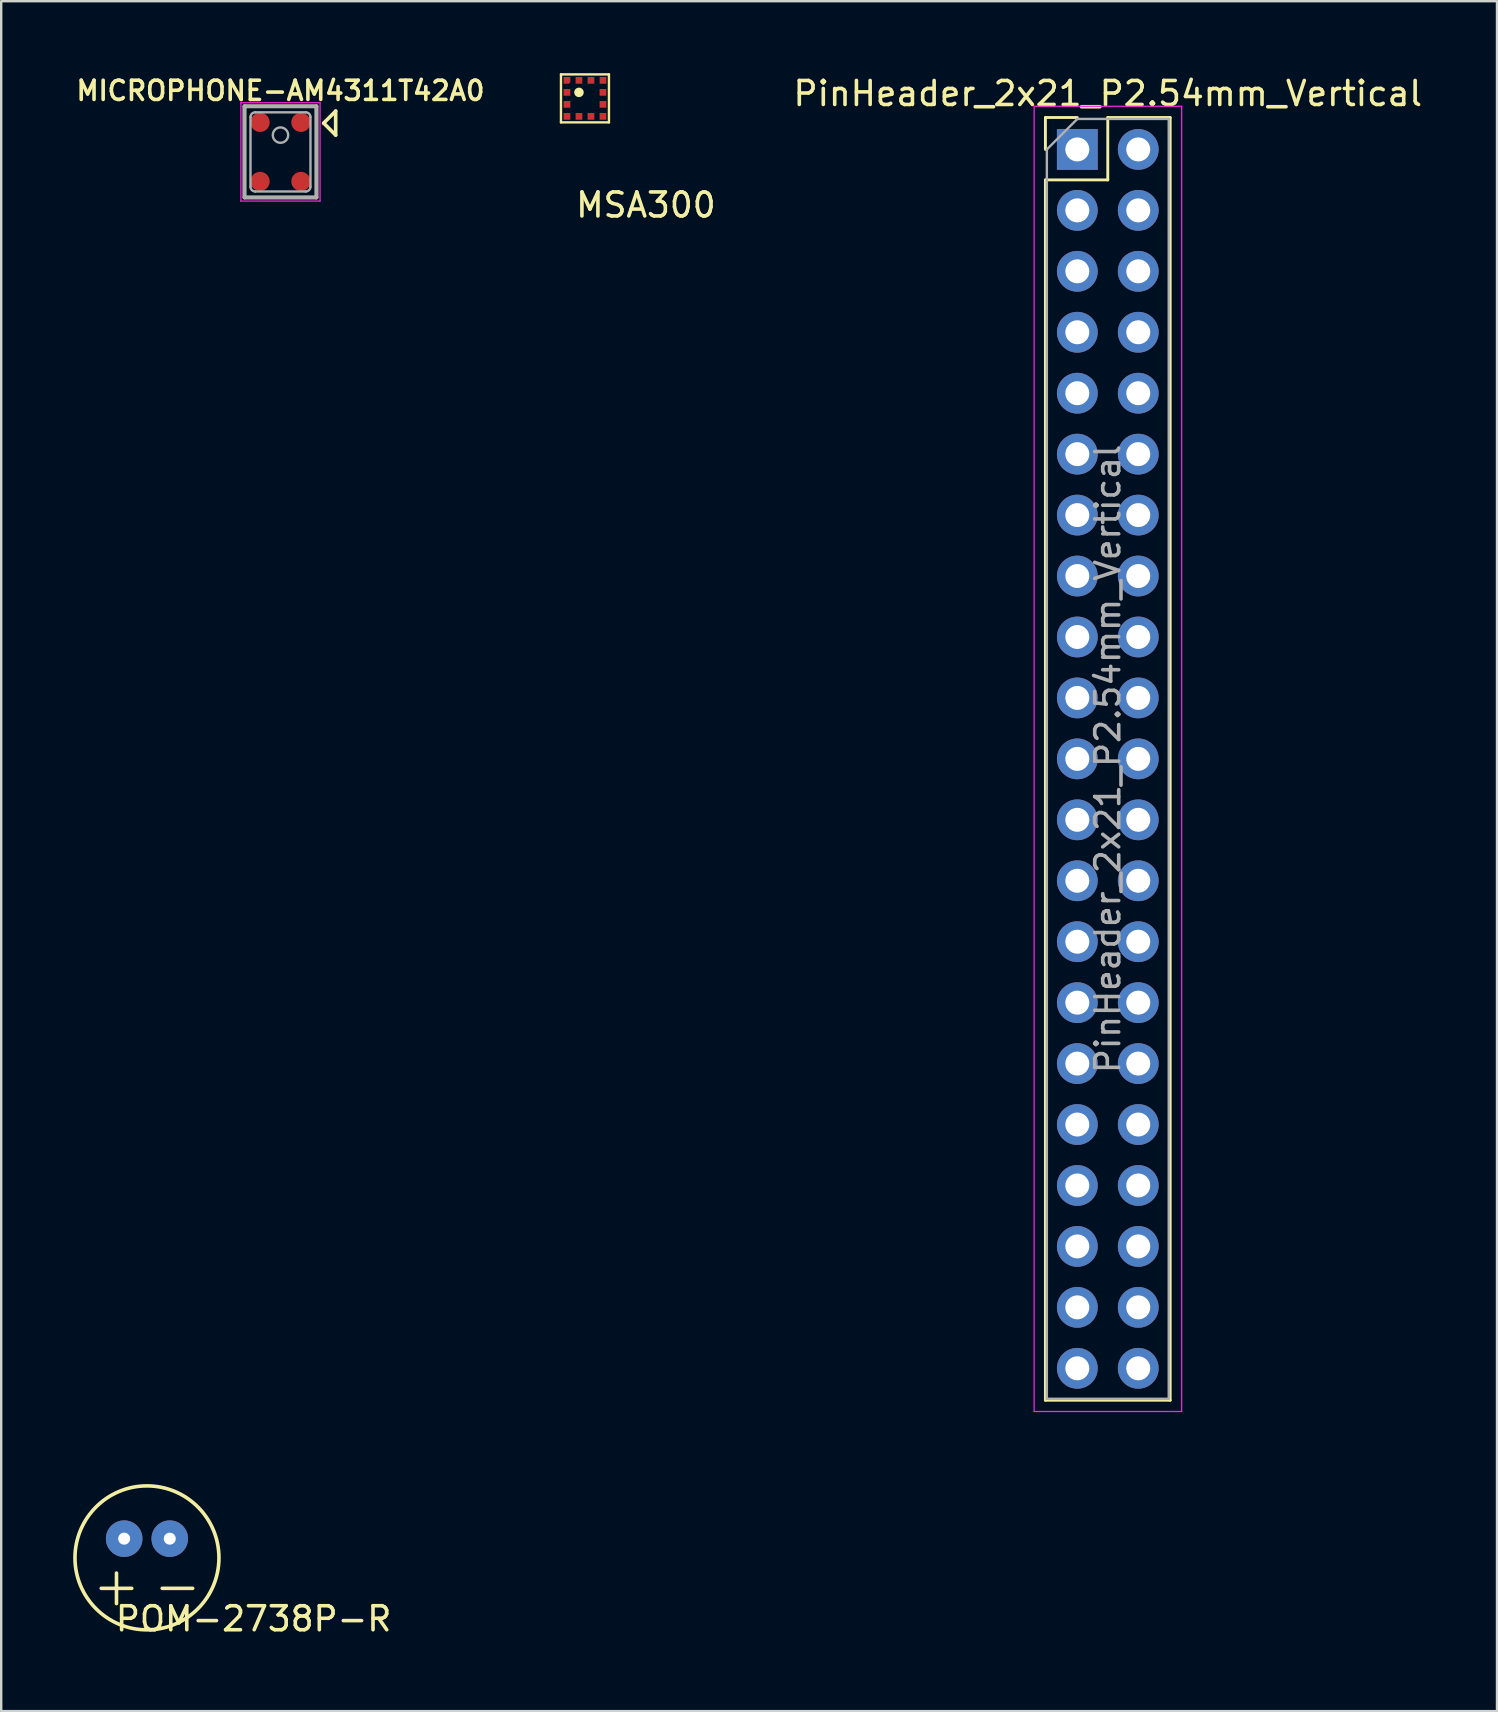
<source format=kicad_pcb>
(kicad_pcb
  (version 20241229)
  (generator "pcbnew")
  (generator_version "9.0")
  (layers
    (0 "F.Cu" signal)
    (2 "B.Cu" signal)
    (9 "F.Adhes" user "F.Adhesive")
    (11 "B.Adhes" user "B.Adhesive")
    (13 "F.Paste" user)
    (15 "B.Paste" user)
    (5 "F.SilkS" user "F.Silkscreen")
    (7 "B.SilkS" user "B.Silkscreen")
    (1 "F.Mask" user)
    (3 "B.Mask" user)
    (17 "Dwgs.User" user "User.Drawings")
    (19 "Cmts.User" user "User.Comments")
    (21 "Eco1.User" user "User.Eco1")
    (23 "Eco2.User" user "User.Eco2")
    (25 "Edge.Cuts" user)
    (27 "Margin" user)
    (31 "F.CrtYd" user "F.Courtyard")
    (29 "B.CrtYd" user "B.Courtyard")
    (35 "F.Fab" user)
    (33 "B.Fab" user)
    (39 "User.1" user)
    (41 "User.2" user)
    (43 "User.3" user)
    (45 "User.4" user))
  (footprint "MICROPHONE-AM4311T42A0"
    (layer "F.Cu")
    (at 8.64 3.281)
    (property "Reference" "MICROPHONE-AM4311T42A0" (at 0 -2.55 0) (layer "F.SilkS") (effects (font (size 0.8 0.8) (thickness 0.15))))
    (attr through_hole)
    (fp_line (start -1.5 -1.9) (end 1.5 -1.9) (stroke (width 0.15) (type solid)) (layer "F.SilkS"))
    (fp_line (start -1.5 1.9) (end -1.5 -1.9) (stroke (width 0.15) (type solid)) (layer "F.SilkS"))
    (fp_line (start 1.5 -1.9) (end 1.5 1.9) (stroke (width 0.15) (type solid)) (layer "F.SilkS"))
    (fp_line (start 1.5 1.9) (end -1.5 1.9) (stroke (width 0.15) (type solid)) (layer "F.SilkS"))
    (fp_line (start 1.8 -1.2) (end 2.3 -1.7) (stroke (width 0.15) (type solid)) (layer "F.SilkS"))
    (fp_line (start 2.3 -1.7) (end 2.3 -0.7) (stroke (width 0.15) (type solid)) (layer "F.SilkS"))
    (fp_line (start 2.3 -0.7) (end 1.8 -1.2) (stroke (width 0.15) (type solid)) (layer "F.SilkS"))
    (fp_line (start -1.65 -2.05) (end 1.65 -2.05) (stroke (width 0.05) (type solid)) (layer "F.CrtYd"))
    (fp_line (start -1.65 2.05) (end -1.65 -2.05) (stroke (width 0.05) (type solid)) (layer "F.CrtYd"))
    (fp_line (start 1.65 -2.05) (end 1.65 2.05) (stroke (width 0.05) (type solid)) (layer "F.CrtYd"))
    (fp_line (start 1.65 2.05) (end -1.65 2.05) (stroke (width 0.05) (type solid)) (layer "F.CrtYd"))
    (fp_line (start -1.5 -1.9) (end -1.5 1.9) (stroke (width 0.15) (type solid)) (layer "F.Fab"))
    (fp_line (start -1.5 1.9) (end 1.5 1.9) (stroke (width 0.15) (type solid)) (layer "F.Fab"))
    (fp_line (start -1.25 -1.45) (end -1.25 1.45) (stroke (width 0.1) (type solid)) (layer "F.Fab"))
    (fp_line (start -1.05 1.65) (end 1.05 1.65) (stroke (width 0.1) (type solid)) (layer "F.Fab"))
    (fp_line (start 1.05 -1.65) (end -1.05 -1.65) (stroke (width 0.1) (type solid)) (layer "F.Fab"))
    (fp_line (start 1.25 1.45) (end 1.25 -1.45) (stroke (width 0.1) (type solid)) (layer "F.Fab"))
    (fp_line (start 1.5 -1.9) (end -1.5 -1.9) (stroke (width 0.15) (type solid)) (layer "F.Fab"))
    (fp_line (start 1.5 1.9) (end 1.5 -1.9) (stroke (width 0.15) (type solid)) (layer "F.Fab"))
    (fp_arc (start -1.25 -1.45) (mid -1.191421 -1.591421) (end -1.05 -1.65) (stroke (width 0.1) (type solid)) (layer "F.Fab"))
    (fp_arc (start -1.05 1.65) (mid -1.191421 1.591421) (end -1.25 1.45) (stroke (width 0.1) (type solid)) (layer "F.Fab"))
    (fp_arc (start 1.05 -1.65) (mid 1.191421 -1.591421) (end 1.25 -1.45) (stroke (width 0.1) (type solid)) (layer "F.Fab"))
    (fp_arc (start 1.25 1.45) (mid 1.191421 1.591421) (end 1.05 1.65) (stroke (width 0.1) (type solid)) (layer "F.Fab"))
    (fp_circle (center 0 -0.7) (end 0.25 -0.5) (stroke (width 0.1) (type solid)) (fill no) (layer "F.Fab"))
    (pad "1" smd circle (at 0.85 -1.23) (size 0.8 0.8) (layers "F.Cu" "F.Mask" "F.Paste"))
    (pad "2" smd circle (at 0.85 1.23) (size 0.8 0.8) (layers "F.Cu" "F.Mask" "F.Paste"))
    (pad "3" smd circle (at -0.85 1.23) (size 0.8 0.8) (layers "F.Cu" "F.Mask" "F.Paste"))
    (pad "4" smd circle (at -0.85 -1.23) (size 0.8 0.8) (layers "F.Cu" "F.Mask" "F.Paste")))
  (footprint "PinHeader_2x21_P2.54mm_Vertical"
    (layer "F.Cu")
    (at 41.85 3.178)
    (property "Reference" "PinHeader_2x21_P2.54mm_Vertical" (at 1.27 -2.33 0) (layer "F.SilkS") (effects (font (size 1 1) (thickness 0.15))))
    (attr through_hole)
    (fp_line (start -1.33 -1.33) (end 0 -1.33) (stroke (width 0.12) (type solid)) (layer "F.SilkS"))
    (fp_line (start -1.33 0) (end -1.33 -1.33) (stroke (width 0.12) (type solid)) (layer "F.SilkS"))
    (fp_line (start -1.33 1.27) (end -1.33 52.13) (stroke (width 0.12) (type solid)) (layer "F.SilkS"))
    (fp_line (start -1.33 1.27) (end 1.27 1.27) (stroke (width 0.12) (type solid)) (layer "F.SilkS"))
    (fp_line (start -1.33 52.13) (end 3.87 52.13) (stroke (width 0.12) (type solid)) (layer "F.SilkS"))
    (fp_line (start 1.27 -1.33) (end 3.87 -1.33) (stroke (width 0.12) (type solid)) (layer "F.SilkS"))
    (fp_line (start 1.27 1.27) (end 1.27 -1.33) (stroke (width 0.12) (type solid)) (layer "F.SilkS"))
    (fp_line (start 3.87 -1.33) (end 3.87 52.13) (stroke (width 0.12) (type solid)) (layer "F.SilkS"))
    (fp_line (start -1.8 -1.8) (end -1.8 52.6) (stroke (width 0.05) (type solid)) (layer "F.CrtYd"))
    (fp_line (start -1.8 52.6) (end 4.35 52.6) (stroke (width 0.05) (type solid)) (layer "F.CrtYd"))
    (fp_line (start 4.35 -1.8) (end -1.8 -1.8) (stroke (width 0.05) (type solid)) (layer "F.CrtYd"))
    (fp_line (start 4.35 52.6) (end 4.35 -1.8) (stroke (width 0.05) (type solid)) (layer "F.CrtYd"))
    (fp_line (start -1.27 0) (end 0 -1.27) (stroke (width 0.1) (type solid)) (layer "F.Fab"))
    (fp_line (start -1.27 52.07) (end -1.27 0) (stroke (width 0.1) (type solid)) (layer "F.Fab"))
    (fp_line (start 0 -1.27) (end 3.81 -1.27) (stroke (width 0.1) (type solid)) (layer "F.Fab"))
    (fp_line (start 3.81 -1.27) (end 3.81 52.07) (stroke (width 0.1) (type solid)) (layer "F.Fab"))
    (fp_line (start 3.81 52.07) (end -1.27 52.07) (stroke (width 0.1) (type solid)) (layer "F.Fab"))
    (fp_text user "${REFERENCE}" (at 1.27 25.4 90) (layer "F.Fab") (effects (font (size 1 1) (thickness 0.15))))
    (pad "1" thru_hole rect (at 0 0) (size 1.7 1.7) (drill 1) (layers "*.Cu" "*.Mask"))
    (pad "2" thru_hole oval (at 2.54 0) (size 1.7 1.7) (drill 1) (layers "*.Cu" "*.Mask"))
    (pad "3" thru_hole oval (at 0 2.54) (size 1.7 1.7) (drill 1) (layers "*.Cu" "*.Mask"))
    (pad "4" thru_hole oval (at 2.54 2.54) (size 1.7 1.7) (drill 1) (layers "*.Cu" "*.Mask"))
    (pad "5" thru_hole oval (at 0 5.08) (size 1.7 1.7) (drill 1) (layers "*.Cu" "*.Mask"))
    (pad "6" thru_hole oval (at 2.54 5.08) (size 1.7 1.7) (drill 1) (layers "*.Cu" "*.Mask"))
    (pad "7" thru_hole oval (at 0 7.62) (size 1.7 1.7) (drill 1) (layers "*.Cu" "*.Mask"))
    (pad "8" thru_hole oval (at 2.54 7.62) (size 1.7 1.7) (drill 1) (layers "*.Cu" "*.Mask"))
    (pad "9" thru_hole oval (at 0 10.16) (size 1.7 1.7) (drill 1) (layers "*.Cu" "*.Mask"))
    (pad "10" thru_hole oval (at 2.54 10.16) (size 1.7 1.7) (drill 1) (layers "*.Cu" "*.Mask"))
    (pad "11" thru_hole oval (at 0 12.7) (size 1.7 1.7) (drill 1) (layers "*.Cu" "*.Mask"))
    (pad "12" thru_hole oval (at 2.54 12.7) (size 1.7 1.7) (drill 1) (layers "*.Cu" "*.Mask"))
    (pad "13" thru_hole oval (at 0 15.24) (size 1.7 1.7) (drill 1) (layers "*.Cu" "*.Mask"))
    (pad "14" thru_hole oval (at 2.54 15.24) (size 1.7 1.7) (drill 1) (layers "*.Cu" "*.Mask"))
    (pad "15" thru_hole oval (at 0 17.78) (size 1.7 1.7) (drill 1) (layers "*.Cu" "*.Mask"))
    (pad "16" thru_hole oval (at 2.54 17.78) (size 1.7 1.7) (drill 1) (layers "*.Cu" "*.Mask"))
    (pad "17" thru_hole oval (at 0 20.32) (size 1.7 1.7) (drill 1) (layers "*.Cu" "*.Mask"))
    (pad "18" thru_hole oval (at 2.54 20.32) (size 1.7 1.7) (drill 1) (layers "*.Cu" "*.Mask"))
    (pad "19" thru_hole oval (at 0 22.86) (size 1.7 1.7) (drill 1) (layers "*.Cu" "*.Mask"))
    (pad "20" thru_hole oval (at 2.54 22.86) (size 1.7 1.7) (drill 1) (layers "*.Cu" "*.Mask"))
    (pad "21" thru_hole oval (at 0 25.4) (size 1.7 1.7) (drill 1) (layers "*.Cu" "*.Mask"))
    (pad "22" thru_hole oval (at 2.54 25.4) (size 1.7 1.7) (drill 1) (layers "*.Cu" "*.Mask"))
    (pad "23" thru_hole oval (at 0 27.94) (size 1.7 1.7) (drill 1) (layers "*.Cu" "*.Mask"))
    (pad "24" thru_hole oval (at 2.54 27.94) (size 1.7 1.7) (drill 1) (layers "*.Cu" "*.Mask"))
    (pad "25" thru_hole oval (at 0 30.48) (size 1.7 1.7) (drill 1) (layers "*.Cu" "*.Mask"))
    (pad "26" thru_hole oval (at 2.54 30.48) (size 1.7 1.7) (drill 1) (layers "*.Cu" "*.Mask"))
    (pad "27" thru_hole oval (at 0 33.02) (size 1.7 1.7) (drill 1) (layers "*.Cu" "*.Mask"))
    (pad "28" thru_hole oval (at 2.54 33.02) (size 1.7 1.7) (drill 1) (layers "*.Cu" "*.Mask"))
    (pad "29" thru_hole oval (at 0 35.56) (size 1.7 1.7) (drill 1) (layers "*.Cu" "*.Mask"))
    (pad "30" thru_hole oval (at 2.54 35.56) (size 1.7 1.7) (drill 1) (layers "*.Cu" "*.Mask"))
    (pad "31" thru_hole oval (at 0 38.1) (size 1.7 1.7) (drill 1) (layers "*.Cu" "*.Mask"))
    (pad "32" thru_hole oval (at 2.54 38.1) (size 1.7 1.7) (drill 1) (layers "*.Cu" "*.Mask"))
    (pad "33" thru_hole oval (at 0 40.64) (size 1.7 1.7) (drill 1) (layers "*.Cu" "*.Mask"))
    (pad "34" thru_hole oval (at 2.54 40.64) (size 1.7 1.7) (drill 1) (layers "*.Cu" "*.Mask"))
    (pad "35" thru_hole oval (at 0 43.18) (size 1.7 1.7) (drill 1) (layers "*.Cu" "*.Mask"))
    (pad "36" thru_hole oval (at 2.54 43.18) (size 1.7 1.7) (drill 1) (layers "*.Cu" "*.Mask"))
    (pad "37" thru_hole oval (at 0 45.72) (size 1.7 1.7) (drill 1) (layers "*.Cu" "*.Mask"))
    (pad "38" thru_hole oval (at 2.54 45.72) (size 1.7 1.7) (drill 1) (layers "*.Cu" "*.Mask"))
    (pad "39" thru_hole oval (at 0 48.26) (size 1.7 1.7) (drill 1) (layers "*.Cu" "*.Mask"))
    (pad "40" thru_hole oval (at 2.54 48.26) (size 1.7 1.7) (drill 1) (layers "*.Cu" "*.Mask"))
    (pad "41" thru_hole oval (at 0 50.8) (size 1.7 1.7) (drill 1) (layers "*.Cu" "*.Mask"))
    (pad "42" thru_hole oval (at 2.54 50.8) (size 1.7 1.7) (drill 1) (layers "*.Cu" "*.Mask")))
  (footprint "POM-2738P-R"
    (layer "F.Cu")
    (at 3.075 61.878)
    (property "Reference" "POM-2738P-R" (at 4.445 2.54 0) (layer "F.SilkS") (effects (font (size 1 1) (thickness 0.15))))
    (attr through_hole)
    (fp_line (start -1.905 1.27) (end -0.635 1.27) (stroke (width 0.15) (type solid)) (layer "F.SilkS"))
    (fp_line (start -1.27 0.635) (end -1.27 1.905) (stroke (width 0.15) (type solid)) (layer "F.SilkS"))
    (fp_line (start 0.635 1.27) (end 1.905 1.27) (stroke (width 0.15) (type solid)) (layer "F.SilkS"))
    (fp_circle (center 0 0) (end 3 0) (stroke (width 0.15) (type solid)) (fill no) (layer "F.SilkS"))
    (pad "1" thru_hole circle (at -0.95 -0.8) (size 1.524 1.524) (drill 0.5) (layers "*.Cu" "*.Mask"))
    (pad "2" thru_hole circle (at 0.95 -0.8) (size 1.524 1.524) (drill 0.5) (layers "*.Cu" "*.Mask")))
  (footprint "MSA300"
    (layer "F.Cu")
    (at 21.33 1.05)
    (property "Reference" "MSA300" (at 2.54 4.445 0) (layer "F.SilkS") (effects (font (size 1 1) (thickness 0.15))))
    (attr through_hole)
    (fp_line (start -1 -1) (end 1 -1) (stroke (width 0.1) (type solid)) (layer "F.SilkS"))
    (fp_line (start -1 1) (end -1 -1) (stroke (width 0.1) (type solid)) (layer "F.SilkS"))
    (fp_line (start 1 -1) (end 1 1) (stroke (width 0.1) (type solid)) (layer "F.SilkS"))
    (fp_line (start 1 1) (end -1 1) (stroke (width 0.1) (type solid)) (layer "F.SilkS"))
    (fp_circle (center -0.25 -0.25) (end -0.15 -0.25) (stroke (width 0.2) (type solid)) (fill no) (layer "F.SilkS"))
    (pad "1" smd custom (at -0.75 -0.75) (size 0.1 0.1) (layers "F.Cu" "F.Mask" "F.Paste") (options (anchor rect)) (primitives (gr_poly (pts (xy 0.08 0.14) (xy -0.14 0.14) (xy -0.14 -0.14) (xy 0.14 -0.14) (xy 0.14 0.08)) (width 0) (fill yes))))
    (pad "2" smd rect (at -0.75 -0.25) (size 0.28 0.28) (layers "F.Cu" "F.Mask" "F.Paste"))
    (pad "3" smd rect (at -0.75 0.25) (size 0.28 0.28) (layers "F.Cu" "F.Mask" "F.Paste"))
    (pad "4" smd rect (at -0.75 0.75) (size 0.28 0.28) (layers "F.Cu" "F.Mask" "F.Paste"))
    (pad "5" smd rect (at -0.25 0.75) (size 0.28 0.28) (layers "F.Cu" "F.Mask" "F.Paste"))
    (pad "6" smd rect (at 0.25 0.75) (size 0.28 0.28) (layers "F.Cu" "F.Mask" "F.Paste"))
    (pad "7" smd rect (at 0.75 0.75) (size 0.28 0.28) (layers "F.Cu" "F.Mask" "F.Paste"))
    (pad "8" smd rect (at 0.75 0.25) (size 0.28 0.28) (layers "F.Cu" "F.Mask" "F.Paste"))
    (pad "9" smd rect (at 0.75 -0.25) (size 0.28 0.28) (layers "F.Cu" "F.Mask" "F.Paste"))
    (pad "10" smd rect (at 0.75 -0.75) (size 0.28 0.28) (layers "F.Cu" "F.Mask" "F.Paste"))
    (pad "11" smd rect (at 0.25 -0.75) (size 0.28 0.28) (layers "F.Cu" "F.Mask" "F.Paste"))
    (pad "12" smd rect (at -0.25 -0.75) (size 0.28 0.28) (layers "F.Cu" "F.Mask" "F.Paste")))
  (gr_rect
    (start -3 -3)
    (end 59.341 68.266)
    (stroke (width 0.1) (type default))
    (fill no)
    (layer "Edge.Cuts")))
</source>
